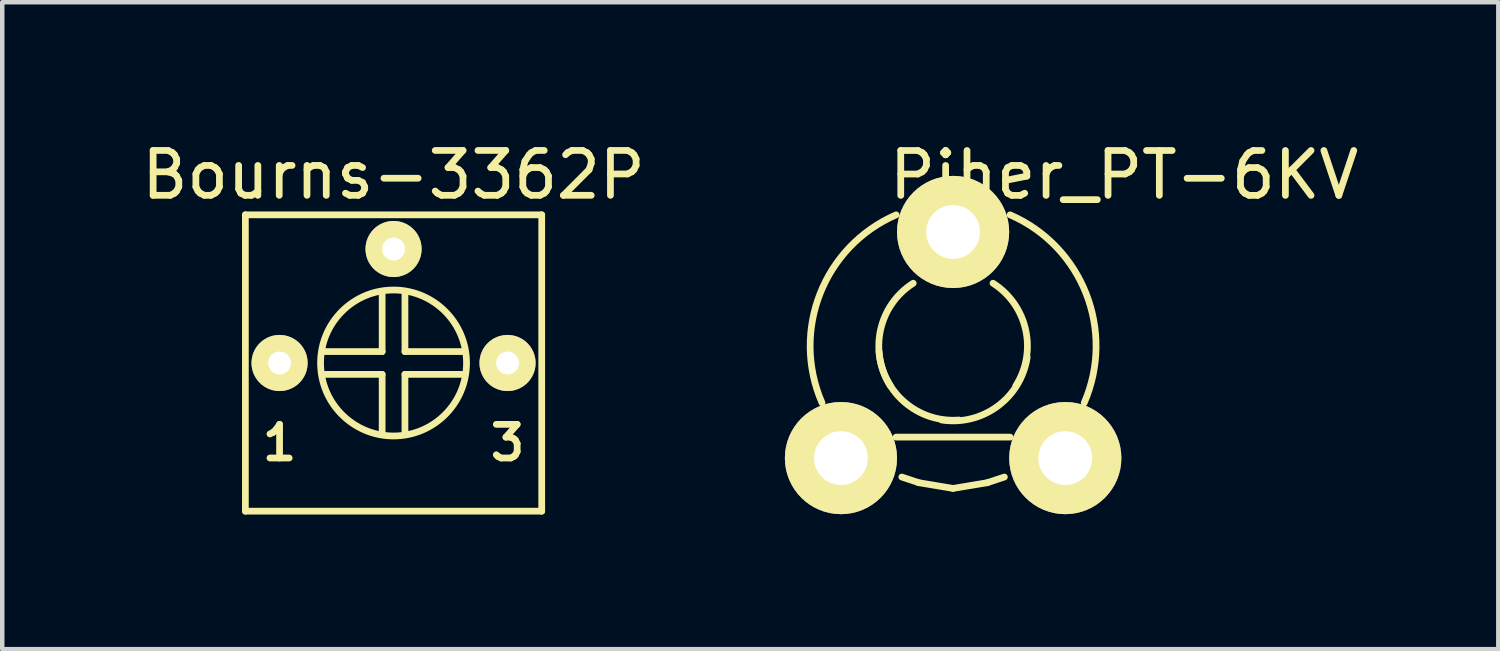
<source format=kicad_pcb>
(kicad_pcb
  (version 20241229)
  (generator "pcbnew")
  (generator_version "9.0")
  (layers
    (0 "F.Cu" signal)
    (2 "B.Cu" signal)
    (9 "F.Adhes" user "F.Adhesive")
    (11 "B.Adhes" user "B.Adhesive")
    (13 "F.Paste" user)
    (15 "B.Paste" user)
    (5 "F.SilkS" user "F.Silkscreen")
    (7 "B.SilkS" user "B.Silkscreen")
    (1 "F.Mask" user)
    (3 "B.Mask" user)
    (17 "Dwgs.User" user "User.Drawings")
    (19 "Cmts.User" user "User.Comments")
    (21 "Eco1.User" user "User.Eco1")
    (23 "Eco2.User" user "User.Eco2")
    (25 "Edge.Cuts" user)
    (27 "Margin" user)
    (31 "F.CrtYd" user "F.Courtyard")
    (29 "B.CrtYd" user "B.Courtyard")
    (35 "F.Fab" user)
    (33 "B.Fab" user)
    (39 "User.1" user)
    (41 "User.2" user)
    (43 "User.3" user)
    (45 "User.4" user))
  (footprint "Piher_PT-6KV"
    (layer "F.Cu")
    (at 18.19 4.658)
    (property "Reference" "Piher_PT-6KV" (at 3.809 -3.809 0) (layer "F.SilkS") (effects (font (size 1 1) (thickness 0.15))))
    (attr through_hole)
    (fp_line (start -1.271 2.033) (end 1.269 2.033) (stroke (width 0.15) (type solid)) (layer "F.SilkS"))
    (fp_line (start -1.144 2.922) (end -0.763 3.049) (stroke (width 0.15) (type solid)) (layer "F.SilkS"))
    (fp_line (start -0.763 3.049) (end -0.001 3.176) (stroke (width 0.15) (type solid)) (layer "F.SilkS"))
    (fp_line (start -0.001 3.176) (end 0.761 3.049) (stroke (width 0.15) (type solid)) (layer "F.SilkS"))
    (fp_line (start 0.761 3.049) (end 1.142 2.922) (stroke (width 0.15) (type solid)) (layer "F.SilkS"))
    (fp_arc (start -2.92164 1.27064) (mid -2.964125 -1.166793) (end -1.27064 -2.92036) (stroke (width 0.15) (type solid)) (layer "F.SilkS"))
    (fp_arc (start -1.39764 0.88964) (mid -1.617086 -0.35857) (end -0.88964 -1.39636) (stroke (width 0.15) (type solid)) (layer "F.SilkS"))
    (fp_arc (start 0.12636 1.65164) (mid -1.078271 1.257876) (end -1.65164 0.12764) (stroke (width 0.15) (type solid)) (layer "F.SilkS"))
    (fp_arc (start 0.88836 -1.39636) (mid 1.615806 -0.35857) (end 1.39636 0.88964) (stroke (width 0.15) (type solid)) (layer "F.SilkS"))
    (fp_arc (start 1.26936 -2.92036) (mid 2.962845 -1.166793) (end 2.92036 1.27064) (stroke (width 0.15) (type solid)) (layer "F.SilkS"))
    (fp_arc (start 1.65036 0.25464) (mid 0.987188 1.347678) (end -0.25464 1.65164) (stroke (width 0.15) (type solid)) (layer "F.SilkS"))
    (pad "1" thru_hole circle (at -2.5 2.5) (size 2.499 2.499) (drill 1.199) (layers "*.Cu" "*.Mask" "F.SilkS"))
    (pad "2" thru_hole circle (at -0.001 -2.539) (size 2.499 2.499) (drill 1.199) (layers "*.Cu" "*.Mask" "F.SilkS"))
    (pad "3" thru_hole circle (at 2.499 2.5) (size 2.499 2.499) (drill 1.199) (layers "*.Cu" "*.Mask" "F.SilkS")))
  (footprint "Bourns-3362P"
    (layer "F.Cu")
    (at 5.72 5.039)
    (property "Reference" "Bourns-3362P" (at 0 -4.191 0) (layer "F.SilkS") (effects (font (size 1 1) (thickness 0.15))))
    (attr through_hole)
    (fp_line (start -3.302 -3.302) (end 3.302 -3.302) (stroke (width 0.15) (type solid)) (layer "F.SilkS"))
    (fp_line (start -3.302 3.302) (end -3.302 -3.302) (stroke (width 0.15) (type solid)) (layer "F.SilkS"))
    (fp_line (start -3.302 3.302) (end 3.302 3.302) (stroke (width 0.15) (type solid)) (layer "F.SilkS"))
    (fp_line (start -1.524 0.254) (end -0.254 0.254) (stroke (width 0.15) (type solid)) (layer "F.SilkS"))
    (fp_line (start -0.254 -0.254) (end -1.524 -0.254) (stroke (width 0.15) (type solid)) (layer "F.SilkS"))
    (fp_line (start -0.254 -0.254) (end -0.254 -1.524) (stroke (width 0.15) (type solid)) (layer "F.SilkS"))
    (fp_line (start -0.254 0.254) (end -0.254 1.524) (stroke (width 0.15) (type solid)) (layer "F.SilkS"))
    (fp_line (start 0.254 -0.254) (end 0.254 -1.524) (stroke (width 0.15) (type solid)) (layer "F.SilkS"))
    (fp_line (start 0.254 -0.254) (end 1.524 -0.254) (stroke (width 0.15) (type solid)) (layer "F.SilkS"))
    (fp_line (start 0.254 0.254) (end 1.524 0.254) (stroke (width 0.15) (type solid)) (layer "F.SilkS"))
    (fp_line (start 0.254 1.524) (end 0.254 0.254) (stroke (width 0.15) (type solid)) (layer "F.SilkS"))
    (fp_line (start 3.302 3.302) (end 3.302 -3.302) (stroke (width 0.15) (type solid)) (layer "F.SilkS"))
    (fp_circle (center 0 0) (end 1.27 1.016) (stroke (width 0.15) (type solid)) (fill no) (layer "F.SilkS"))
    (fp_text user "1" (at -2.54 1.778 0) (layer "F.SilkS") (effects (font (size 0.75 0.75) (thickness 0.15))))
    (fp_text user "3" (at 2.54 1.778 0) (layer "F.SilkS") (effects (font (size 0.75 0.75) (thickness 0.15))))
    (pad "1" thru_hole circle (at -2.54 0) (size 1.25 1.25) (drill 0.51) (layers "*.Cu" "*.Mask" "F.SilkS"))
    (pad "2" thru_hole circle (at 0 -2.54) (size 1.25 1.25) (drill 0.51) (layers "*.Cu" "*.Mask" "F.SilkS"))
    (pad "3" thru_hole circle (at 2.54 0) (size 1.25 1.25) (drill 0.51) (layers "*.Cu" "*.Mask" "F.SilkS")))
  (gr_rect
    (start -3 -3)
    (end 30.339 11.416)
    (stroke (width 0.1) (type default))
    (fill no)
    (layer "Edge.Cuts")))
</source>
